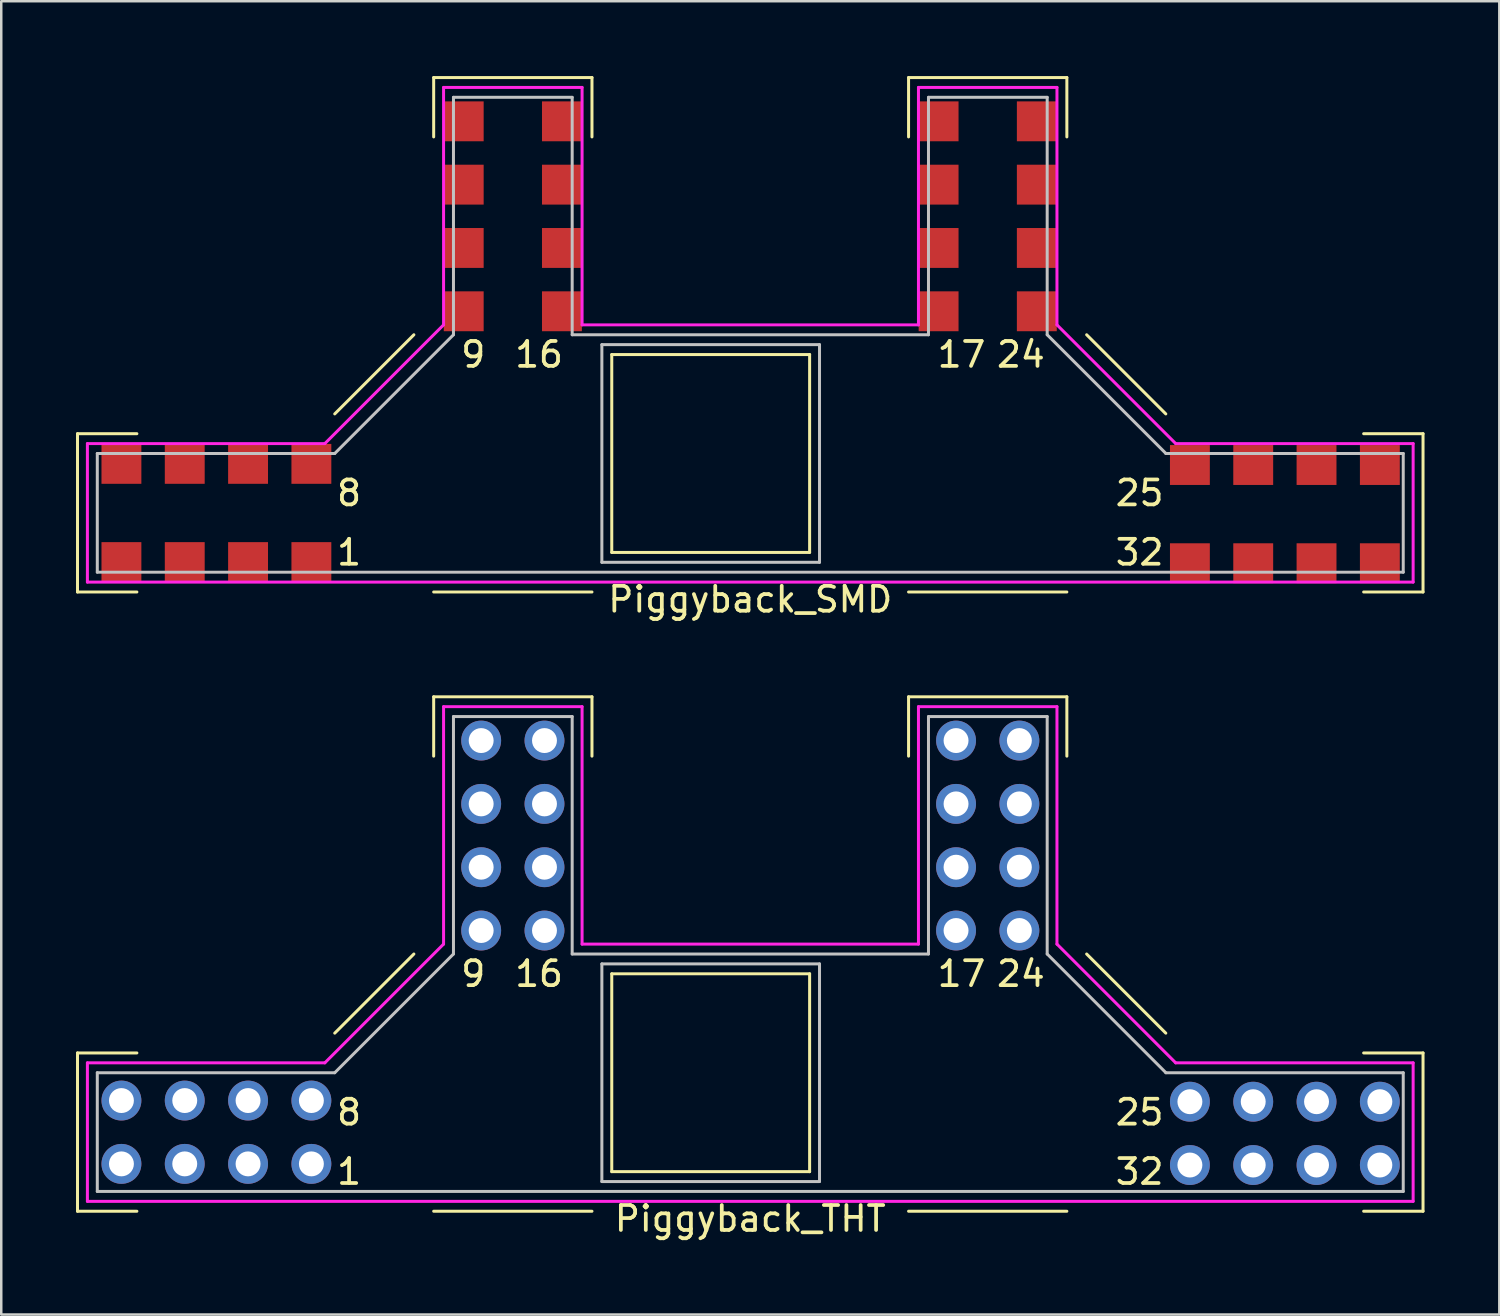
<source format=kicad_pcb>
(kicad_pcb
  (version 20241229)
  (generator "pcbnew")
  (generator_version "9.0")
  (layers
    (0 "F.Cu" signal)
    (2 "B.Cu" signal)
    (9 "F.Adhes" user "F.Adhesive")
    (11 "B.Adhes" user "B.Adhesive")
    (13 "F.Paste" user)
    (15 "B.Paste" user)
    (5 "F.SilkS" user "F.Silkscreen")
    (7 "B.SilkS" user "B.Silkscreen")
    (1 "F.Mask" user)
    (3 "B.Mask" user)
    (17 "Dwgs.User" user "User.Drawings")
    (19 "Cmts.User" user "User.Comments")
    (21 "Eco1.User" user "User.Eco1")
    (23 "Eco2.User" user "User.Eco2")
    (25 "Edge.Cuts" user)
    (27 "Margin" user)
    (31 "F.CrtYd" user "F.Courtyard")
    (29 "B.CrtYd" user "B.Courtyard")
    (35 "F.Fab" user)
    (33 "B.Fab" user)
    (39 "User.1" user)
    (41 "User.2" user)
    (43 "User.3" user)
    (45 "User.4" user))
  (footprint "Piggyback_SMD"
    (layer "F.Cu")
    (at 27.047 17.523)
    (property "Reference" "Piggyback_SMD" (at 0 3.471 0) (layer "F.SilkS") (effects (font (size 1 1) (thickness 0.15))))
    (attr through_hole)
    (fp_line (start -26.988 -3.175) (end -26.988 3.175) (stroke (width 0.12) (type solid)) (layer "F.SilkS"))
    (fp_line (start -26.988 3.175) (end -24.606 3.175) (stroke (width 0.12) (type solid)) (layer "F.SilkS"))
    (fp_line (start -24.606 -3.175) (end -26.988 -3.175) (stroke (width 0.12) (type solid)) (layer "F.SilkS"))
    (fp_line (start -16.669 -3.969) (end -13.494 -7.144) (stroke (width 0.12) (type solid)) (layer "F.SilkS"))
    (fp_line (start -12.7 -17.462) (end -6.35 -17.462) (stroke (width 0.12) (type solid)) (layer "F.SilkS"))
    (fp_line (start -12.7 -15.081) (end -12.7 -17.462) (stroke (width 0.12) (type solid)) (layer "F.SilkS"))
    (fp_line (start -12.7 3.175) (end -6.35 3.175) (stroke (width 0.12) (type solid)) (layer "F.SilkS"))
    (fp_line (start -6.35 -17.462) (end -6.35 -15.081) (stroke (width 0.12) (type solid)) (layer "F.SilkS"))
    (fp_line (start -5.556 -6.35) (end -5.556 1.587) (stroke (width 0.12) (type solid)) (layer "F.SilkS"))
    (fp_line (start -5.556 1.587) (end 2.381 1.587) (stroke (width 0.12) (type solid)) (layer "F.SilkS"))
    (fp_line (start 2.381 -6.35) (end -5.556 -6.35) (stroke (width 0.12) (type solid)) (layer "F.SilkS"))
    (fp_line (start 2.381 1.587) (end 2.381 -6.35) (stroke (width 0.12) (type solid)) (layer "F.SilkS"))
    (fp_line (start 6.35 -17.462) (end 12.7 -17.462) (stroke (width 0.12) (type solid)) (layer "F.SilkS"))
    (fp_line (start 6.35 -15.081) (end 6.35 -17.462) (stroke (width 0.12) (type solid)) (layer "F.SilkS"))
    (fp_line (start 6.35 3.175) (end 12.7 3.175) (stroke (width 0.12) (type solid)) (layer "F.SilkS"))
    (fp_line (start 12.7 -17.462) (end 12.7 -15.081) (stroke (width 0.12) (type solid)) (layer "F.SilkS"))
    (fp_line (start 13.494 -7.144) (end 16.669 -3.969) (stroke (width 0.12) (type solid)) (layer "F.SilkS"))
    (fp_line (start 24.606 -3.175) (end 26.988 -3.175) (stroke (width 0.12) (type solid)) (layer "F.SilkS"))
    (fp_line (start 26.988 -3.175) (end 26.988 3.175) (stroke (width 0.12) (type solid)) (layer "F.SilkS"))
    (fp_line (start 26.988 3.175) (end 24.606 3.175) (stroke (width 0.12) (type solid)) (layer "F.SilkS"))
    (fp_line (start -26.194 2.381) (end -26.194 -2.382) (stroke (width 0.12) (type solid)) (layer "Dwgs.User"))
    (fp_line (start -26.194 2.381) (end 26.194 2.381) (stroke (width 0.12) (type solid)) (layer "Dwgs.User"))
    (fp_line (start -16.669 -2.381) (end -26.194 -2.381) (stroke (width 0.12) (type solid)) (layer "Dwgs.User"))
    (fp_line (start -16.669 -2.381) (end -11.906 -7.144) (stroke (width 0.12) (type solid)) (layer "Dwgs.User"))
    (fp_line (start -11.907 -16.669) (end -7.144 -16.669) (stroke (width 0.12) (type solid)) (layer "Dwgs.User"))
    (fp_line (start -11.906 -7.144) (end -11.906 -16.669) (stroke (width 0.12) (type solid)) (layer "Dwgs.User"))
    (fp_line (start -7.144 -16.669) (end -7.144 -7.144) (stroke (width 0.12) (type solid)) (layer "Dwgs.User"))
    (fp_line (start -7.144 -7.144) (end 7.149 -7.144) (stroke (width 0.12) (type solid)) (layer "Dwgs.User"))
    (fp_line (start -5.953 -6.747) (end 2.778 -6.747) (stroke (width 0.12) (type solid)) (layer "Dwgs.User"))
    (fp_line (start -5.953 1.984) (end -5.953 -6.747) (stroke (width 0.12) (type solid)) (layer "Dwgs.User"))
    (fp_line (start 2.778 -6.747) (end 2.778 1.984) (stroke (width 0.12) (type solid)) (layer "Dwgs.User"))
    (fp_line (start 2.778 1.984) (end -5.953 1.984) (stroke (width 0.12) (type solid)) (layer "Dwgs.User"))
    (fp_line (start 7.149 -16.669) (end 11.911 -16.669) (stroke (width 0.12) (type solid)) (layer "Dwgs.User"))
    (fp_line (start 7.149 -7.144) (end 7.149 -16.669) (stroke (width 0.12) (type solid)) (layer "Dwgs.User"))
    (fp_line (start 11.911 -16.669) (end 11.911 -7.144) (stroke (width 0.12) (type solid)) (layer "Dwgs.User"))
    (fp_line (start 11.911 -7.144) (end 16.673 -2.382) (stroke (width 0.12) (type solid)) (layer "Dwgs.User"))
    (fp_line (start 26.194 -2.381) (end 16.669 -2.381) (stroke (width 0.12) (type solid)) (layer "Dwgs.User"))
    (fp_line (start 26.194 2.381) (end 26.194 -2.381) (stroke (width 0.12) (type solid)) (layer "Dwgs.User"))
    (fp_line (start -26.591 -2.778) (end -17.066 -2.778) (stroke (width 0.12) (type solid)) (layer "F.CrtYd"))
    (fp_line (start -26.591 2.778) (end -26.591 -2.778) (stroke (width 0.12) (type solid)) (layer "F.CrtYd"))
    (fp_line (start -17.066 -2.778) (end -12.303 -7.541) (stroke (width 0.12) (type solid)) (layer "F.CrtYd"))
    (fp_line (start -12.303 -17.066) (end -6.747 -17.066) (stroke (width 0.12) (type solid)) (layer "F.CrtYd"))
    (fp_line (start -12.303 -7.541) (end -12.303 -17.066) (stroke (width 0.12) (type solid)) (layer "F.CrtYd"))
    (fp_line (start -6.747 -17.066) (end -6.747 -7.541) (stroke (width 0.12) (type solid)) (layer "F.CrtYd"))
    (fp_line (start -6.747 -7.541) (end 6.747 -7.541) (stroke (width 0.12) (type solid)) (layer "F.CrtYd"))
    (fp_line (start 6.747 -17.066) (end 12.303 -17.066) (stroke (width 0.12) (type solid)) (layer "F.CrtYd"))
    (fp_line (start 6.747 -7.541) (end 6.747 -17.066) (stroke (width 0.12) (type solid)) (layer "F.CrtYd"))
    (fp_line (start 12.303 -17.066) (end 12.303 -7.541) (stroke (width 0.12) (type solid)) (layer "F.CrtYd"))
    (fp_line (start 12.303 -7.541) (end 17.066 -2.778) (stroke (width 0.12) (type solid)) (layer "F.CrtYd"))
    (fp_line (start 17.066 -2.778) (end 26.591 -2.778) (stroke (width 0.12) (type solid)) (layer "F.CrtYd"))
    (fp_line (start 26.591 -2.778) (end 26.591 2.778) (stroke (width 0.12) (type solid)) (layer "F.CrtYd"))
    (fp_line (start 26.591 2.778) (end -26.591 2.778) (stroke (width 0.12) (type solid)) (layer "F.CrtYd"))
    (fp_text user "16" (at -9.525 -6.35 0) (layer "F.SilkS") (effects (font (size 1 1) (thickness 0.15)) (justify left)))
    (fp_text user "24" (at 11.906 -6.35 0) (layer "F.SilkS") (effects (font (size 1 1) (thickness 0.15)) (justify right)))
    (fp_text user "1" (at -16.669 1.587 0) (layer "F.SilkS") (effects (font (size 1 1) (thickness 0.15)) (justify left)))
    (fp_text user "8" (at -16.669 -0.794 0) (layer "F.SilkS") (effects (font (size 1 1) (thickness 0.15)) (justify left)))
    (fp_text user "32" (at 16.669 1.587 0) (layer "F.SilkS") (effects (font (size 1 1) (thickness 0.15)) (justify right)))
    (fp_text user "25" (at 16.669 -0.794 0) (layer "F.SilkS") (effects (font (size 1 1) (thickness 0.15)) (justify right)))
    (fp_text user "17" (at 9.525 -6.35 0) (layer "F.SilkS") (effects (font (size 1 1) (thickness 0.15)) (justify right)))
    (fp_text user "9" (at -11.113 -6.35 0) (layer "F.SilkS") (effects (font (size 1 1) (thickness 0.15))))
    (pad "1" smd rect (at -17.606 1.275) (size 1.6 1.6) (drill (offset 0 0.7)) (layers "F.Cu" "F.Mask" "F.Paste"))
    (pad "2" smd rect (at -20.146 1.275) (size 1.6 1.6) (drill (offset 0 0.7)) (layers "F.Cu" "F.Mask" "F.Paste"))
    (pad "3" smd rect (at -22.686 1.275) (size 1.6 1.6) (drill (offset 0 0.7)) (layers "F.Cu" "F.Mask" "F.Paste"))
    (pad "4" smd rect (at -25.226 1.275) (size 1.6 1.6) (drill (offset 0 0.7)) (layers "F.Cu" "F.Mask" "F.Paste"))
    (pad "5" smd rect (at -25.226 -1.265) (size 1.6 1.6) (drill (offset 0 -0.7)) (layers "F.Cu" "F.Mask" "F.Paste"))
    (pad "6" smd rect (at -22.686 -1.265) (size 1.6 1.6) (drill (offset 0 -0.7)) (layers "F.Cu" "F.Mask" "F.Paste"))
    (pad "7" smd rect (at -20.146 -1.265) (size 1.6 1.6) (drill (offset 0 -0.7)) (layers "F.Cu" "F.Mask" "F.Paste"))
    (pad "8" smd rect (at -17.606 -1.265) (size 1.6 1.6) (drill (offset 0 -0.7)) (layers "F.Cu" "F.Mask" "F.Paste"))
    (pad "9" smd rect (at -10.795 -8.086) (size 1.6 1.6) (drill (offset -0.7 0)) (layers "F.Cu" "F.Mask" "F.Paste"))
    (pad "10" smd rect (at -10.795 -10.626) (size 1.6 1.6) (drill (offset -0.7 0)) (layers "F.Cu" "F.Mask" "F.Paste"))
    (pad "11" smd rect (at -10.795 -13.166) (size 1.6 1.6) (drill (offset -0.7 0)) (layers "F.Cu" "F.Mask" "F.Paste"))
    (pad "12" smd rect (at -10.795 -15.706) (size 1.6 1.6) (drill (offset -0.7 0)) (layers "F.Cu" "F.Mask" "F.Paste"))
    (pad "13" smd rect (at -8.255 -15.706) (size 1.6 1.6) (drill (offset 0.7 0)) (layers "F.Cu" "F.Mask" "F.Paste"))
    (pad "14" smd rect (at -8.255 -13.166) (size 1.6 1.6) (drill (offset 0.7 0)) (layers "F.Cu" "F.Mask" "F.Paste"))
    (pad "15" smd rect (at -8.255 -10.626) (size 1.6 1.6) (drill (offset 0.7 0)) (layers "F.Cu" "F.Mask" "F.Paste"))
    (pad "16" smd rect (at -8.255 -8.086) (size 1.6 1.6) (drill (offset 0.7 0)) (layers "F.Cu" "F.Mask" "F.Paste"))
    (pad "17" smd rect (at 8.255 -8.086) (size 1.6 1.6) (drill (offset -0.7 0)) (layers "F.Cu" "F.Mask" "F.Paste"))
    (pad "18" smd rect (at 8.255 -10.626) (size 1.6 1.6) (drill (offset -0.7 0)) (layers "F.Cu" "F.Mask" "F.Paste"))
    (pad "19" smd rect (at 8.255 -13.166) (size 1.6 1.6) (drill (offset -0.7 0)) (layers "F.Cu" "F.Mask" "F.Paste"))
    (pad "20" smd rect (at 8.255 -15.706) (size 1.6 1.6) (drill (offset -0.7 0)) (layers "F.Cu" "F.Mask" "F.Paste"))
    (pad "21" smd rect (at 10.795 -15.706) (size 1.6 1.6) (drill (offset 0.7 0)) (layers "F.Cu" "F.Mask" "F.Paste"))
    (pad "22" smd rect (at 10.795 -13.166) (size 1.6 1.6) (drill (offset 0.7 0)) (layers "F.Cu" "F.Mask" "F.Paste"))
    (pad "23" smd rect (at 10.795 -10.626) (size 1.6 1.6) (drill (offset 0.7 0)) (layers "F.Cu" "F.Mask" "F.Paste"))
    (pad "24" smd rect (at 10.795 -8.086) (size 1.6 1.6) (drill (offset 0.7 0)) (layers "F.Cu" "F.Mask" "F.Paste"))
    (pad "25" smd rect (at 17.636 -1.219) (size 1.6 1.6) (drill (offset 0 -0.7)) (layers "F.Cu" "F.Mask" "F.Paste"))
    (pad "26" smd rect (at 20.176 -1.219) (size 1.6 1.6) (drill (offset 0 -0.7)) (layers "F.Cu" "F.Mask" "F.Paste"))
    (pad "27" smd rect (at 22.716 -1.219) (size 1.6 1.6) (drill (offset 0 -0.7)) (layers "F.Cu" "F.Mask" "F.Paste"))
    (pad "28" smd rect (at 25.256 -1.219) (size 1.6 1.6) (drill (offset 0 -0.7)) (layers "F.Cu" "F.Mask" "F.Paste"))
    (pad "29" smd rect (at 25.256 1.321) (size 1.6 1.6) (drill (offset 0 0.7)) (layers "F.Cu" "F.Mask" "F.Paste"))
    (pad "30" smd rect (at 22.716 1.321) (size 1.6 1.6) (drill (offset 0 0.7)) (layers "F.Cu" "F.Mask" "F.Paste"))
    (pad "31" smd rect (at 20.176 1.321) (size 1.6 1.6) (drill (offset 0 0.7)) (layers "F.Cu" "F.Mask" "F.Paste"))
    (pad "32" smd rect (at 17.636 1.321) (size 1.6 1.6) (drill (offset 0 0.7)) (layers "F.Cu" "F.Mask" "F.Paste")))
  (footprint "Piggyback_THT"
    (layer "F.Cu")
    (at 27.047 42.364)
    (property "Reference" "Piggyback_THT" (at 0 3.471 0) (layer "F.SilkS") (effects (font (size 1 1) (thickness 0.15))))
    (attr through_hole)
    (fp_line (start -26.988 -3.175) (end -26.988 3.175) (stroke (width 0.12) (type solid)) (layer "F.SilkS"))
    (fp_line (start -26.988 3.175) (end -24.606 3.175) (stroke (width 0.12) (type solid)) (layer "F.SilkS"))
    (fp_line (start -24.606 -3.175) (end -26.988 -3.175) (stroke (width 0.12) (type solid)) (layer "F.SilkS"))
    (fp_line (start -16.669 -3.969) (end -13.494 -7.144) (stroke (width 0.12) (type solid)) (layer "F.SilkS"))
    (fp_line (start -12.7 -17.462) (end -6.35 -17.462) (stroke (width 0.12) (type solid)) (layer "F.SilkS"))
    (fp_line (start -12.7 -15.081) (end -12.7 -17.462) (stroke (width 0.12) (type solid)) (layer "F.SilkS"))
    (fp_line (start -12.7 3.175) (end -6.35 3.175) (stroke (width 0.12) (type solid)) (layer "F.SilkS"))
    (fp_line (start -6.35 -17.462) (end -6.35 -15.081) (stroke (width 0.12) (type solid)) (layer "F.SilkS"))
    (fp_line (start -5.556 -6.35) (end -5.556 1.587) (stroke (width 0.12) (type solid)) (layer "F.SilkS"))
    (fp_line (start -5.556 1.587) (end 2.381 1.587) (stroke (width 0.12) (type solid)) (layer "F.SilkS"))
    (fp_line (start 2.381 -6.35) (end -5.556 -6.35) (stroke (width 0.12) (type solid)) (layer "F.SilkS"))
    (fp_line (start 2.381 1.587) (end 2.381 -6.35) (stroke (width 0.12) (type solid)) (layer "F.SilkS"))
    (fp_line (start 6.35 -17.462) (end 12.7 -17.462) (stroke (width 0.12) (type solid)) (layer "F.SilkS"))
    (fp_line (start 6.35 -15.081) (end 6.35 -17.462) (stroke (width 0.12) (type solid)) (layer "F.SilkS"))
    (fp_line (start 6.35 3.175) (end 12.7 3.175) (stroke (width 0.12) (type solid)) (layer "F.SilkS"))
    (fp_line (start 12.7 -17.462) (end 12.7 -15.081) (stroke (width 0.12) (type solid)) (layer "F.SilkS"))
    (fp_line (start 13.494 -7.144) (end 16.669 -3.969) (stroke (width 0.12) (type solid)) (layer "F.SilkS"))
    (fp_line (start 24.606 -3.175) (end 26.988 -3.175) (stroke (width 0.12) (type solid)) (layer "F.SilkS"))
    (fp_line (start 26.988 -3.175) (end 26.988 3.175) (stroke (width 0.12) (type solid)) (layer "F.SilkS"))
    (fp_line (start 26.988 3.175) (end 24.606 3.175) (stroke (width 0.12) (type solid)) (layer "F.SilkS"))
    (fp_line (start -26.194 2.381) (end -26.194 -2.382) (stroke (width 0.12) (type solid)) (layer "Dwgs.User"))
    (fp_line (start -26.194 2.381) (end 26.194 2.381) (stroke (width 0.12) (type solid)) (layer "Dwgs.User"))
    (fp_line (start -16.669 -2.381) (end -26.194 -2.381) (stroke (width 0.12) (type solid)) (layer "Dwgs.User"))
    (fp_line (start -16.669 -2.381) (end -11.906 -7.144) (stroke (width 0.12) (type solid)) (layer "Dwgs.User"))
    (fp_line (start -11.907 -16.669) (end -7.144 -16.669) (stroke (width 0.12) (type solid)) (layer "Dwgs.User"))
    (fp_line (start -11.906 -7.144) (end -11.906 -16.669) (stroke (width 0.12) (type solid)) (layer "Dwgs.User"))
    (fp_line (start -7.144 -16.669) (end -7.144 -7.144) (stroke (width 0.12) (type solid)) (layer "Dwgs.User"))
    (fp_line (start -7.144 -7.144) (end 7.149 -7.144) (stroke (width 0.12) (type solid)) (layer "Dwgs.User"))
    (fp_line (start -5.953 -6.747) (end 2.778 -6.747) (stroke (width 0.12) (type solid)) (layer "Dwgs.User"))
    (fp_line (start -5.953 1.984) (end -5.953 -6.747) (stroke (width 0.12) (type solid)) (layer "Dwgs.User"))
    (fp_line (start 2.778 -6.747) (end 2.778 1.984) (stroke (width 0.12) (type solid)) (layer "Dwgs.User"))
    (fp_line (start 2.778 1.984) (end -5.953 1.984) (stroke (width 0.12) (type solid)) (layer "Dwgs.User"))
    (fp_line (start 7.149 -16.669) (end 11.911 -16.669) (stroke (width 0.12) (type solid)) (layer "Dwgs.User"))
    (fp_line (start 7.149 -7.144) (end 7.149 -16.669) (stroke (width 0.12) (type solid)) (layer "Dwgs.User"))
    (fp_line (start 11.911 -16.669) (end 11.911 -7.144) (stroke (width 0.12) (type solid)) (layer "Dwgs.User"))
    (fp_line (start 11.911 -7.144) (end 16.673 -2.382) (stroke (width 0.12) (type solid)) (layer "Dwgs.User"))
    (fp_line (start 26.194 -2.381) (end 16.669 -2.381) (stroke (width 0.12) (type solid)) (layer "Dwgs.User"))
    (fp_line (start 26.194 2.381) (end 26.194 -2.381) (stroke (width 0.12) (type solid)) (layer "Dwgs.User"))
    (fp_line (start -26.591 -2.778) (end -17.066 -2.778) (stroke (width 0.12) (type solid)) (layer "F.CrtYd"))
    (fp_line (start -26.591 2.778) (end -26.591 -2.778) (stroke (width 0.12) (type solid)) (layer "F.CrtYd"))
    (fp_line (start -17.066 -2.778) (end -12.303 -7.541) (stroke (width 0.12) (type solid)) (layer "F.CrtYd"))
    (fp_line (start -12.303 -17.066) (end -6.747 -17.066) (stroke (width 0.12) (type solid)) (layer "F.CrtYd"))
    (fp_line (start -12.303 -7.541) (end -12.303 -17.066) (stroke (width 0.12) (type solid)) (layer "F.CrtYd"))
    (fp_line (start -6.747 -17.066) (end -6.747 -7.541) (stroke (width 0.12) (type solid)) (layer "F.CrtYd"))
    (fp_line (start -6.747 -7.541) (end 6.747 -7.541) (stroke (width 0.12) (type solid)) (layer "F.CrtYd"))
    (fp_line (start 6.747 -17.066) (end 12.303 -17.066) (stroke (width 0.12) (type solid)) (layer "F.CrtYd"))
    (fp_line (start 6.747 -7.541) (end 6.747 -17.066) (stroke (width 0.12) (type solid)) (layer "F.CrtYd"))
    (fp_line (start 12.303 -17.066) (end 12.303 -7.541) (stroke (width 0.12) (type solid)) (layer "F.CrtYd"))
    (fp_line (start 12.303 -7.541) (end 17.066 -2.778) (stroke (width 0.12) (type solid)) (layer "F.CrtYd"))
    (fp_line (start 17.066 -2.778) (end 26.591 -2.778) (stroke (width 0.12) (type solid)) (layer "F.CrtYd"))
    (fp_line (start 26.591 -2.778) (end 26.591 2.778) (stroke (width 0.12) (type solid)) (layer "F.CrtYd"))
    (fp_line (start 26.591 2.778) (end -26.591 2.778) (stroke (width 0.12) (type solid)) (layer "F.CrtYd"))
    (fp_text user "17" (at 9.525 -6.35 0) (layer "F.SilkS") (effects (font (size 1 1) (thickness 0.15)) (justify right)))
    (fp_text user "24" (at 11.906 -6.35 0) (layer "F.SilkS") (effects (font (size 1 1) (thickness 0.15)) (justify right)))
    (fp_text user "1" (at -16.669 1.587 0) (layer "F.SilkS") (effects (font (size 1 1) (thickness 0.15)) (justify left)))
    (fp_text user "9" (at -11.113 -6.35 0) (layer "F.SilkS") (effects (font (size 1 1) (thickness 0.15))))
    (fp_text user "8" (at -16.669 -0.794 0) (layer "F.SilkS") (effects (font (size 1 1) (thickness 0.15)) (justify left)))
    (fp_text user "32" (at 16.669 1.587 0) (layer "F.SilkS") (effects (font (size 1 1) (thickness 0.15)) (justify right)))
    (fp_text user "16" (at -9.525 -6.35 0) (layer "F.SilkS") (effects (font (size 1 1) (thickness 0.15)) (justify left)))
    (fp_text user "25" (at 16.669 -0.794 0) (layer "F.SilkS") (effects (font (size 1 1) (thickness 0.15)) (justify right)))
    (pad "1" thru_hole circle (at -17.606 1.275) (size 1.6 1.6) (drill 1) (layers "*.Cu" "*.Mask"))
    (pad "2" thru_hole circle (at -20.146 1.275) (size 1.6 1.6) (drill 1) (layers "*.Cu" "*.Mask"))
    (pad "3" thru_hole circle (at -22.686 1.275) (size 1.6 1.6) (drill 1) (layers "*.Cu" "*.Mask"))
    (pad "4" thru_hole circle (at -25.226 1.275) (size 1.6 1.6) (drill 1) (layers "*.Cu" "*.Mask"))
    (pad "5" thru_hole circle (at -25.226 -1.265) (size 1.6 1.6) (drill 1) (layers "*.Cu" "*.Mask"))
    (pad "6" thru_hole circle (at -22.686 -1.265) (size 1.6 1.6) (drill 1) (layers "*.Cu" "*.Mask"))
    (pad "7" thru_hole circle (at -20.146 -1.265) (size 1.6 1.6) (drill 1) (layers "*.Cu" "*.Mask"))
    (pad "8" thru_hole circle (at -17.606 -1.265) (size 1.6 1.6) (drill 1) (layers "*.Cu" "*.Mask"))
    (pad "9" thru_hole circle (at -10.795 -8.086) (size 1.6 1.6) (drill 1) (layers "*.Cu" "*.Mask"))
    (pad "10" thru_hole circle (at -10.795 -10.626) (size 1.6 1.6) (drill 1) (layers "*.Cu" "*.Mask"))
    (pad "11" thru_hole circle (at -10.795 -13.166) (size 1.6 1.6) (drill 1) (layers "*.Cu" "*.Mask"))
    (pad "12" thru_hole circle (at -10.795 -15.706) (size 1.6 1.6) (drill 1) (layers "*.Cu" "*.Mask"))
    (pad "13" thru_hole circle (at -8.255 -15.706) (size 1.6 1.6) (drill 1) (layers "*.Cu" "*.Mask"))
    (pad "14" thru_hole circle (at -8.255 -13.166) (size 1.6 1.6) (drill 1) (layers "*.Cu" "*.Mask"))
    (pad "15" thru_hole circle (at -8.255 -10.626) (size 1.6 1.6) (drill 1) (layers "*.Cu" "*.Mask"))
    (pad "16" thru_hole circle (at -8.255 -8.086) (size 1.6 1.6) (drill 1) (layers "*.Cu" "*.Mask"))
    (pad "17" thru_hole circle (at 8.255 -8.086) (size 1.6 1.6) (drill 1) (layers "*.Cu" "*.Mask"))
    (pad "18" thru_hole circle (at 8.255 -10.626) (size 1.6 1.6) (drill 1) (layers "*.Cu" "*.Mask"))
    (pad "19" thru_hole circle (at 8.255 -13.166) (size 1.6 1.6) (drill 1) (layers "*.Cu" "*.Mask"))
    (pad "20" thru_hole circle (at 8.255 -15.706) (size 1.6 1.6) (drill 1) (layers "*.Cu" "*.Mask"))
    (pad "21" thru_hole circle (at 10.795 -15.706) (size 1.6 1.6) (drill 1) (layers "*.Cu" "*.Mask"))
    (pad "22" thru_hole circle (at 10.795 -13.166) (size 1.6 1.6) (drill 1) (layers "*.Cu" "*.Mask"))
    (pad "23" thru_hole circle (at 10.795 -10.626) (size 1.6 1.6) (drill 1) (layers "*.Cu" "*.Mask"))
    (pad "24" thru_hole circle (at 10.795 -8.086) (size 1.6 1.6) (drill 1) (layers "*.Cu" "*.Mask"))
    (pad "25" thru_hole circle (at 17.636 -1.219) (size 1.6 1.6) (drill 1) (layers "*.Cu" "*.Mask"))
    (pad "26" thru_hole circle (at 20.176 -1.219) (size 1.6 1.6) (drill 1) (layers "*.Cu" "*.Mask"))
    (pad "27" thru_hole circle (at 22.716 -1.219) (size 1.6 1.6) (drill 1) (layers "*.Cu" "*.Mask"))
    (pad "28" thru_hole circle (at 25.256 -1.219) (size 1.6 1.6) (drill 1) (layers "*.Cu" "*.Mask"))
    (pad "29" thru_hole circle (at 25.256 1.321) (size 1.6 1.6) (drill 1) (layers "*.Cu" "*.Mask"))
    (pad "30" thru_hole circle (at 22.716 1.321) (size 1.6 1.6) (drill 1) (layers "*.Cu" "*.Mask"))
    (pad "31" thru_hole circle (at 20.176 1.321) (size 1.6 1.6) (drill 1) (layers "*.Cu" "*.Mask"))
    (pad "32" thru_hole circle (at 17.636 1.321) (size 1.6 1.6) (drill 1) (layers "*.Cu" "*.Mask")))
  (gr_rect
    (start -3 -3)
    (end 57.095 49.683)
    (stroke (width 0.1) (type default))
    (fill no)
    (layer "Edge.Cuts")))
</source>
